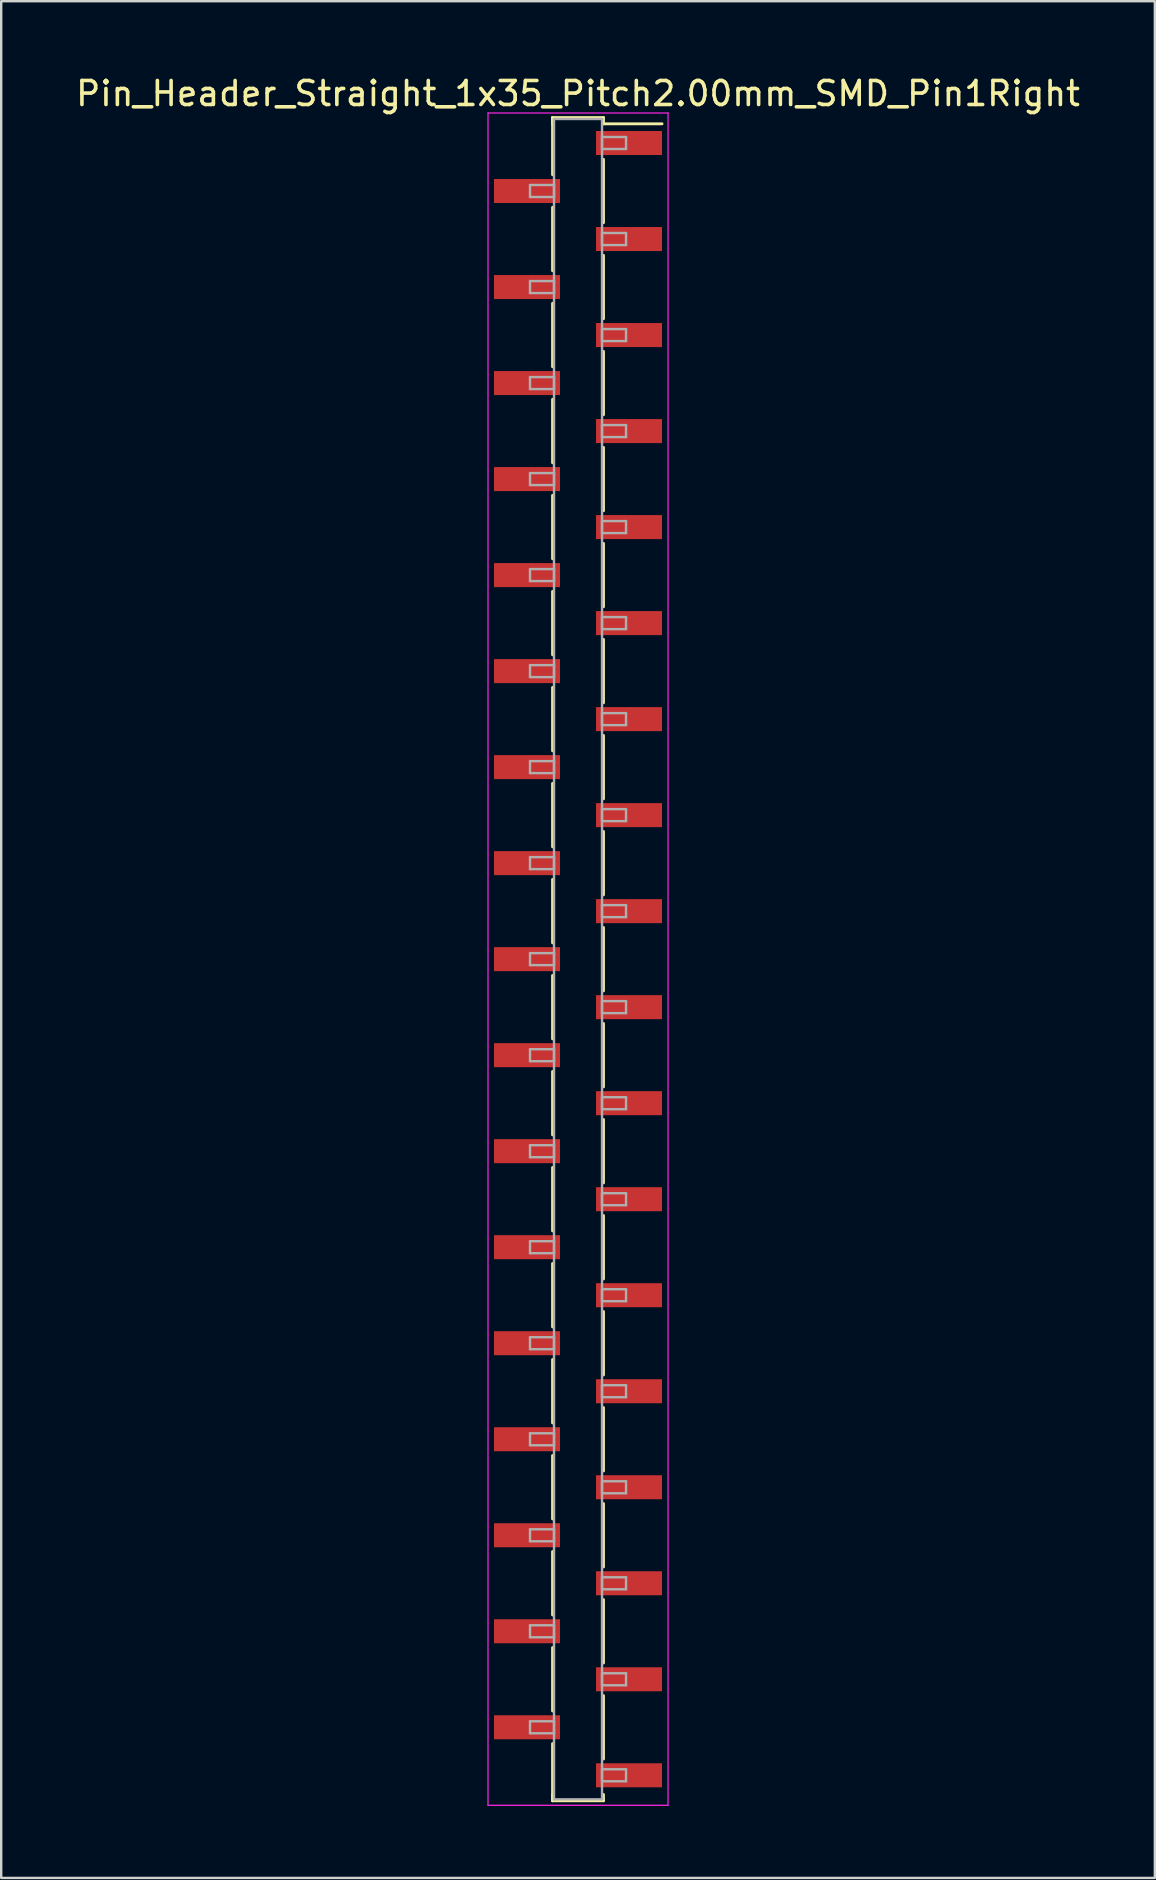
<source format=kicad_pcb>
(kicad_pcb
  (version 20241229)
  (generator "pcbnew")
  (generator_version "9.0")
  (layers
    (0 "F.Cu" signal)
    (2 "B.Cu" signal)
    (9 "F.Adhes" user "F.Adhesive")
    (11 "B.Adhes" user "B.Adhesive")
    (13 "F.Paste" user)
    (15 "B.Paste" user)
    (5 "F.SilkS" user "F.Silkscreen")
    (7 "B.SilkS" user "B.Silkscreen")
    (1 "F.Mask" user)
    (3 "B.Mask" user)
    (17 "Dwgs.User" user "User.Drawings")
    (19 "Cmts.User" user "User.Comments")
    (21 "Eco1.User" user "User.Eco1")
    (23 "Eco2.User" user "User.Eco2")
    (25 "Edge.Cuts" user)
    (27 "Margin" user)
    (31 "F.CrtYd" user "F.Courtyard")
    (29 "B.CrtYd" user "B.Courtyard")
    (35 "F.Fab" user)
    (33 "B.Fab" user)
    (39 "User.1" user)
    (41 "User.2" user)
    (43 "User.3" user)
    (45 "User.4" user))
  (footprint "Pin_Header_Straight_1x35_Pitch2.00mm_SMD_Pin1Right"
    (layer "F.Cu")
    (at 21.03 36.908)
    (property "Reference" "Pin_Header_Straight_1x35_Pitch2.00mm_SMD_Pin1Right" (at 0 -36.06 0) (layer "F.SilkS") (effects (font (size 1 1) (thickness 0.15))))
    (attr smd)
    (fp_line (start -1.06 -35.06) (end -1.06 -32.68) (stroke (width 0.12) (type solid)) (layer "F.SilkS"))
    (fp_line (start -1.06 -35.06) (end 1.06 -35.06) (stroke (width 0.12) (type solid)) (layer "F.SilkS"))
    (fp_line (start -1.06 -34.8) (end -1.06 -35.06) (stroke (width 0.12) (type solid)) (layer "F.SilkS"))
    (fp_line (start -1.06 -31.32) (end -1.06 -28.68) (stroke (width 0.12) (type solid)) (layer "F.SilkS"))
    (fp_line (start -1.06 -27.32) (end -1.06 -24.68) (stroke (width 0.12) (type solid)) (layer "F.SilkS"))
    (fp_line (start -1.06 -23.32) (end -1.06 -20.68) (stroke (width 0.12) (type solid)) (layer "F.SilkS"))
    (fp_line (start -1.06 -19.32) (end -1.06 -16.68) (stroke (width 0.12) (type solid)) (layer "F.SilkS"))
    (fp_line (start -1.06 -15.32) (end -1.06 -12.68) (stroke (width 0.12) (type solid)) (layer "F.SilkS"))
    (fp_line (start -1.06 -11.32) (end -1.06 -8.68) (stroke (width 0.12) (type solid)) (layer "F.SilkS"))
    (fp_line (start -1.06 -7.32) (end -1.06 -4.68) (stroke (width 0.12) (type solid)) (layer "F.SilkS"))
    (fp_line (start -1.06 -3.32) (end -1.06 -0.68) (stroke (width 0.12) (type solid)) (layer "F.SilkS"))
    (fp_line (start -1.06 0.68) (end -1.06 3.32) (stroke (width 0.12) (type solid)) (layer "F.SilkS"))
    (fp_line (start -1.06 4.68) (end -1.06 7.32) (stroke (width 0.12) (type solid)) (layer "F.SilkS"))
    (fp_line (start -1.06 8.68) (end -1.06 11.32) (stroke (width 0.12) (type solid)) (layer "F.SilkS"))
    (fp_line (start -1.06 12.68) (end -1.06 15.32) (stroke (width 0.12) (type solid)) (layer "F.SilkS"))
    (fp_line (start -1.06 16.68) (end -1.06 19.32) (stroke (width 0.12) (type solid)) (layer "F.SilkS"))
    (fp_line (start -1.06 20.68) (end -1.06 23.32) (stroke (width 0.12) (type solid)) (layer "F.SilkS"))
    (fp_line (start -1.06 24.68) (end -1.06 27.32) (stroke (width 0.12) (type solid)) (layer "F.SilkS"))
    (fp_line (start -1.06 28.68) (end -1.06 31.32) (stroke (width 0.12) (type solid)) (layer "F.SilkS"))
    (fp_line (start -1.06 32.68) (end -1.06 35.06) (stroke (width 0.12) (type solid)) (layer "F.SilkS"))
    (fp_line (start -1.06 34.8) (end -1.06 35.06) (stroke (width 0.12) (type solid)) (layer "F.SilkS"))
    (fp_line (start -1.06 35.06) (end 1.06 35.06) (stroke (width 0.12) (type solid)) (layer "F.SilkS"))
    (fp_line (start 1.06 -35.06) (end 1.06 -34.8) (stroke (width 0.12) (type solid)) (layer "F.SilkS"))
    (fp_line (start 1.06 -34.8) (end 3.5 -34.8) (stroke (width 0.12) (type solid)) (layer "F.SilkS"))
    (fp_line (start 1.06 -33.32) (end 1.06 -30.68) (stroke (width 0.12) (type solid)) (layer "F.SilkS"))
    (fp_line (start 1.06 -29.32) (end 1.06 -26.68) (stroke (width 0.12) (type solid)) (layer "F.SilkS"))
    (fp_line (start 1.06 -25.32) (end 1.06 -22.68) (stroke (width 0.12) (type solid)) (layer "F.SilkS"))
    (fp_line (start 1.06 -21.32) (end 1.06 -18.68) (stroke (width 0.12) (type solid)) (layer "F.SilkS"))
    (fp_line (start 1.06 -17.32) (end 1.06 -14.68) (stroke (width 0.12) (type solid)) (layer "F.SilkS"))
    (fp_line (start 1.06 -13.32) (end 1.06 -10.68) (stroke (width 0.12) (type solid)) (layer "F.SilkS"))
    (fp_line (start 1.06 -9.32) (end 1.06 -6.68) (stroke (width 0.12) (type solid)) (layer "F.SilkS"))
    (fp_line (start 1.06 -5.32) (end 1.06 -2.68) (stroke (width 0.12) (type solid)) (layer "F.SilkS"))
    (fp_line (start 1.06 -1.32) (end 1.06 1.32) (stroke (width 0.12) (type solid)) (layer "F.SilkS"))
    (fp_line (start 1.06 2.68) (end 1.06 5.32) (stroke (width 0.12) (type solid)) (layer "F.SilkS"))
    (fp_line (start 1.06 6.68) (end 1.06 9.32) (stroke (width 0.12) (type solid)) (layer "F.SilkS"))
    (fp_line (start 1.06 10.68) (end 1.06 13.32) (stroke (width 0.12) (type solid)) (layer "F.SilkS"))
    (fp_line (start 1.06 14.68) (end 1.06 17.32) (stroke (width 0.12) (type solid)) (layer "F.SilkS"))
    (fp_line (start 1.06 18.68) (end 1.06 21.32) (stroke (width 0.12) (type solid)) (layer "F.SilkS"))
    (fp_line (start 1.06 22.68) (end 1.06 25.32) (stroke (width 0.12) (type solid)) (layer "F.SilkS"))
    (fp_line (start 1.06 26.68) (end 1.06 29.32) (stroke (width 0.12) (type solid)) (layer "F.SilkS"))
    (fp_line (start 1.06 30.68) (end 1.06 33.32) (stroke (width 0.12) (type solid)) (layer "F.SilkS"))
    (fp_line (start 1.06 35.06) (end 1.06 34.8) (stroke (width 0.12) (type solid)) (layer "F.SilkS"))
    (fp_line (start -3.75 -35.25) (end -3.75 35.25) (stroke (width 0.05) (type solid)) (layer "F.CrtYd"))
    (fp_line (start -3.75 35.25) (end 3.75 35.25) (stroke (width 0.05) (type solid)) (layer "F.CrtYd"))
    (fp_line (start 3.75 -35.25) (end -3.75 -35.25) (stroke (width 0.05) (type solid)) (layer "F.CrtYd"))
    (fp_line (start 3.75 35.25) (end 3.75 -35.25) (stroke (width 0.05) (type solid)) (layer "F.CrtYd"))
    (fp_line (start -2 -32.25) (end -1 -32.25) (stroke (width 0.1) (type solid)) (layer "F.Fab"))
    (fp_line (start -2 -31.75) (end -2 -32.25) (stroke (width 0.1) (type solid)) (layer "F.Fab"))
    (fp_line (start -2 -28.25) (end -1 -28.25) (stroke (width 0.1) (type solid)) (layer "F.Fab"))
    (fp_line (start -2 -27.75) (end -2 -28.25) (stroke (width 0.1) (type solid)) (layer "F.Fab"))
    (fp_line (start -2 -24.25) (end -1 -24.25) (stroke (width 0.1) (type solid)) (layer "F.Fab"))
    (fp_line (start -2 -23.75) (end -2 -24.25) (stroke (width 0.1) (type solid)) (layer "F.Fab"))
    (fp_line (start -2 -20.25) (end -1 -20.25) (stroke (width 0.1) (type solid)) (layer "F.Fab"))
    (fp_line (start -2 -19.75) (end -2 -20.25) (stroke (width 0.1) (type solid)) (layer "F.Fab"))
    (fp_line (start -2 -16.25) (end -1 -16.25) (stroke (width 0.1) (type solid)) (layer "F.Fab"))
    (fp_line (start -2 -15.75) (end -2 -16.25) (stroke (width 0.1) (type solid)) (layer "F.Fab"))
    (fp_line (start -2 -12.25) (end -1 -12.25) (stroke (width 0.1) (type solid)) (layer "F.Fab"))
    (fp_line (start -2 -11.75) (end -2 -12.25) (stroke (width 0.1) (type solid)) (layer "F.Fab"))
    (fp_line (start -2 -8.25) (end -1 -8.25) (stroke (width 0.1) (type solid)) (layer "F.Fab"))
    (fp_line (start -2 -7.75) (end -2 -8.25) (stroke (width 0.1) (type solid)) (layer "F.Fab"))
    (fp_line (start -2 -4.25) (end -1 -4.25) (stroke (width 0.1) (type solid)) (layer "F.Fab"))
    (fp_line (start -2 -3.75) (end -2 -4.25) (stroke (width 0.1) (type solid)) (layer "F.Fab"))
    (fp_line (start -2 -0.25) (end -1 -0.25) (stroke (width 0.1) (type solid)) (layer "F.Fab"))
    (fp_line (start -2 0.25) (end -2 -0.25) (stroke (width 0.1) (type solid)) (layer "F.Fab"))
    (fp_line (start -2 3.75) (end -1 3.75) (stroke (width 0.1) (type solid)) (layer "F.Fab"))
    (fp_line (start -2 4.25) (end -2 3.75) (stroke (width 0.1) (type solid)) (layer "F.Fab"))
    (fp_line (start -2 7.75) (end -1 7.75) (stroke (width 0.1) (type solid)) (layer "F.Fab"))
    (fp_line (start -2 8.25) (end -2 7.75) (stroke (width 0.1) (type solid)) (layer "F.Fab"))
    (fp_line (start -2 11.75) (end -1 11.75) (stroke (width 0.1) (type solid)) (layer "F.Fab"))
    (fp_line (start -2 12.25) (end -2 11.75) (stroke (width 0.1) (type solid)) (layer "F.Fab"))
    (fp_line (start -2 15.75) (end -1 15.75) (stroke (width 0.1) (type solid)) (layer "F.Fab"))
    (fp_line (start -2 16.25) (end -2 15.75) (stroke (width 0.1) (type solid)) (layer "F.Fab"))
    (fp_line (start -2 19.75) (end -1 19.75) (stroke (width 0.1) (type solid)) (layer "F.Fab"))
    (fp_line (start -2 20.25) (end -2 19.75) (stroke (width 0.1) (type solid)) (layer "F.Fab"))
    (fp_line (start -2 23.75) (end -1 23.75) (stroke (width 0.1) (type solid)) (layer "F.Fab"))
    (fp_line (start -2 24.25) (end -2 23.75) (stroke (width 0.1) (type solid)) (layer "F.Fab"))
    (fp_line (start -2 27.75) (end -1 27.75) (stroke (width 0.1) (type solid)) (layer "F.Fab"))
    (fp_line (start -2 28.25) (end -2 27.75) (stroke (width 0.1) (type solid)) (layer "F.Fab"))
    (fp_line (start -2 31.75) (end -1 31.75) (stroke (width 0.1) (type solid)) (layer "F.Fab"))
    (fp_line (start -2 32.25) (end -2 31.75) (stroke (width 0.1) (type solid)) (layer "F.Fab"))
    (fp_line (start -1 -35) (end -1 35) (stroke (width 0.1) (type solid)) (layer "F.Fab"))
    (fp_line (start -1 -32.25) (end -1 -31.75) (stroke (width 0.1) (type solid)) (layer "F.Fab"))
    (fp_line (start -1 -31.75) (end -2 -31.75) (stroke (width 0.1) (type solid)) (layer "F.Fab"))
    (fp_line (start -1 -28.25) (end -1 -27.75) (stroke (width 0.1) (type solid)) (layer "F.Fab"))
    (fp_line (start -1 -27.75) (end -2 -27.75) (stroke (width 0.1) (type solid)) (layer "F.Fab"))
    (fp_line (start -1 -24.25) (end -1 -23.75) (stroke (width 0.1) (type solid)) (layer "F.Fab"))
    (fp_line (start -1 -23.75) (end -2 -23.75) (stroke (width 0.1) (type solid)) (layer "F.Fab"))
    (fp_line (start -1 -20.25) (end -1 -19.75) (stroke (width 0.1) (type solid)) (layer "F.Fab"))
    (fp_line (start -1 -19.75) (end -2 -19.75) (stroke (width 0.1) (type solid)) (layer "F.Fab"))
    (fp_line (start -1 -16.25) (end -1 -15.75) (stroke (width 0.1) (type solid)) (layer "F.Fab"))
    (fp_line (start -1 -15.75) (end -2 -15.75) (stroke (width 0.1) (type solid)) (layer "F.Fab"))
    (fp_line (start -1 -12.25) (end -1 -11.75) (stroke (width 0.1) (type solid)) (layer "F.Fab"))
    (fp_line (start -1 -11.75) (end -2 -11.75) (stroke (width 0.1) (type solid)) (layer "F.Fab"))
    (fp_line (start -1 -8.25) (end -1 -7.75) (stroke (width 0.1) (type solid)) (layer "F.Fab"))
    (fp_line (start -1 -7.75) (end -2 -7.75) (stroke (width 0.1) (type solid)) (layer "F.Fab"))
    (fp_line (start -1 -4.25) (end -1 -3.75) (stroke (width 0.1) (type solid)) (layer "F.Fab"))
    (fp_line (start -1 -3.75) (end -2 -3.75) (stroke (width 0.1) (type solid)) (layer "F.Fab"))
    (fp_line (start -1 -0.25) (end -1 0.25) (stroke (width 0.1) (type solid)) (layer "F.Fab"))
    (fp_line (start -1 0.25) (end -2 0.25) (stroke (width 0.1) (type solid)) (layer "F.Fab"))
    (fp_line (start -1 3.75) (end -1 4.25) (stroke (width 0.1) (type solid)) (layer "F.Fab"))
    (fp_line (start -1 4.25) (end -2 4.25) (stroke (width 0.1) (type solid)) (layer "F.Fab"))
    (fp_line (start -1 7.75) (end -1 8.25) (stroke (width 0.1) (type solid)) (layer "F.Fab"))
    (fp_line (start -1 8.25) (end -2 8.25) (stroke (width 0.1) (type solid)) (layer "F.Fab"))
    (fp_line (start -1 11.75) (end -1 12.25) (stroke (width 0.1) (type solid)) (layer "F.Fab"))
    (fp_line (start -1 12.25) (end -2 12.25) (stroke (width 0.1) (type solid)) (layer "F.Fab"))
    (fp_line (start -1 15.75) (end -1 16.25) (stroke (width 0.1) (type solid)) (layer "F.Fab"))
    (fp_line (start -1 16.25) (end -2 16.25) (stroke (width 0.1) (type solid)) (layer "F.Fab"))
    (fp_line (start -1 19.75) (end -1 20.25) (stroke (width 0.1) (type solid)) (layer "F.Fab"))
    (fp_line (start -1 20.25) (end -2 20.25) (stroke (width 0.1) (type solid)) (layer "F.Fab"))
    (fp_line (start -1 23.75) (end -1 24.25) (stroke (width 0.1) (type solid)) (layer "F.Fab"))
    (fp_line (start -1 24.25) (end -2 24.25) (stroke (width 0.1) (type solid)) (layer "F.Fab"))
    (fp_line (start -1 27.75) (end -1 28.25) (stroke (width 0.1) (type solid)) (layer "F.Fab"))
    (fp_line (start -1 28.25) (end -2 28.25) (stroke (width 0.1) (type solid)) (layer "F.Fab"))
    (fp_line (start -1 31.75) (end -1 32.25) (stroke (width 0.1) (type solid)) (layer "F.Fab"))
    (fp_line (start -1 32.25) (end -2 32.25) (stroke (width 0.1) (type solid)) (layer "F.Fab"))
    (fp_line (start -1 35) (end 1 35) (stroke (width 0.1) (type solid)) (layer "F.Fab"))
    (fp_line (start 1 -35) (end -1 -35) (stroke (width 0.1) (type solid)) (layer "F.Fab"))
    (fp_line (start 1 -34.25) (end 1 -33.75) (stroke (width 0.1) (type solid)) (layer "F.Fab"))
    (fp_line (start 1 -33.75) (end 2 -33.75) (stroke (width 0.1) (type solid)) (layer "F.Fab"))
    (fp_line (start 1 -30.25) (end 1 -29.75) (stroke (width 0.1) (type solid)) (layer "F.Fab"))
    (fp_line (start 1 -29.75) (end 2 -29.75) (stroke (width 0.1) (type solid)) (layer "F.Fab"))
    (fp_line (start 1 -26.25) (end 1 -25.75) (stroke (width 0.1) (type solid)) (layer "F.Fab"))
    (fp_line (start 1 -25.75) (end 2 -25.75) (stroke (width 0.1) (type solid)) (layer "F.Fab"))
    (fp_line (start 1 -22.25) (end 1 -21.75) (stroke (width 0.1) (type solid)) (layer "F.Fab"))
    (fp_line (start 1 -21.75) (end 2 -21.75) (stroke (width 0.1) (type solid)) (layer "F.Fab"))
    (fp_line (start 1 -18.25) (end 1 -17.75) (stroke (width 0.1) (type solid)) (layer "F.Fab"))
    (fp_line (start 1 -17.75) (end 2 -17.75) (stroke (width 0.1) (type solid)) (layer "F.Fab"))
    (fp_line (start 1 -14.25) (end 1 -13.75) (stroke (width 0.1) (type solid)) (layer "F.Fab"))
    (fp_line (start 1 -13.75) (end 2 -13.75) (stroke (width 0.1) (type solid)) (layer "F.Fab"))
    (fp_line (start 1 -10.25) (end 1 -9.75) (stroke (width 0.1) (type solid)) (layer "F.Fab"))
    (fp_line (start 1 -9.75) (end 2 -9.75) (stroke (width 0.1) (type solid)) (layer "F.Fab"))
    (fp_line (start 1 -6.25) (end 1 -5.75) (stroke (width 0.1) (type solid)) (layer "F.Fab"))
    (fp_line (start 1 -5.75) (end 2 -5.75) (stroke (width 0.1) (type solid)) (layer "F.Fab"))
    (fp_line (start 1 -2.25) (end 1 -1.75) (stroke (width 0.1) (type solid)) (layer "F.Fab"))
    (fp_line (start 1 -1.75) (end 2 -1.75) (stroke (width 0.1) (type solid)) (layer "F.Fab"))
    (fp_line (start 1 1.75) (end 1 2.25) (stroke (width 0.1) (type solid)) (layer "F.Fab"))
    (fp_line (start 1 2.25) (end 2 2.25) (stroke (width 0.1) (type solid)) (layer "F.Fab"))
    (fp_line (start 1 5.75) (end 1 6.25) (stroke (width 0.1) (type solid)) (layer "F.Fab"))
    (fp_line (start 1 6.25) (end 2 6.25) (stroke (width 0.1) (type solid)) (layer "F.Fab"))
    (fp_line (start 1 9.75) (end 1 10.25) (stroke (width 0.1) (type solid)) (layer "F.Fab"))
    (fp_line (start 1 10.25) (end 2 10.25) (stroke (width 0.1) (type solid)) (layer "F.Fab"))
    (fp_line (start 1 13.75) (end 1 14.25) (stroke (width 0.1) (type solid)) (layer "F.Fab"))
    (fp_line (start 1 14.25) (end 2 14.25) (stroke (width 0.1) (type solid)) (layer "F.Fab"))
    (fp_line (start 1 17.75) (end 1 18.25) (stroke (width 0.1) (type solid)) (layer "F.Fab"))
    (fp_line (start 1 18.25) (end 2 18.25) (stroke (width 0.1) (type solid)) (layer "F.Fab"))
    (fp_line (start 1 21.75) (end 1 22.25) (stroke (width 0.1) (type solid)) (layer "F.Fab"))
    (fp_line (start 1 22.25) (end 2 22.25) (stroke (width 0.1) (type solid)) (layer "F.Fab"))
    (fp_line (start 1 25.75) (end 1 26.25) (stroke (width 0.1) (type solid)) (layer "F.Fab"))
    (fp_line (start 1 26.25) (end 2 26.25) (stroke (width 0.1) (type solid)) (layer "F.Fab"))
    (fp_line (start 1 29.75) (end 1 30.25) (stroke (width 0.1) (type solid)) (layer "F.Fab"))
    (fp_line (start 1 30.25) (end 2 30.25) (stroke (width 0.1) (type solid)) (layer "F.Fab"))
    (fp_line (start 1 33.75) (end 1 34.25) (stroke (width 0.1) (type solid)) (layer "F.Fab"))
    (fp_line (start 1 34.25) (end 2 34.25) (stroke (width 0.1) (type solid)) (layer "F.Fab"))
    (fp_line (start 1 35) (end 1 -35) (stroke (width 0.1) (type solid)) (layer "F.Fab"))
    (fp_line (start 2 -34.25) (end 1 -34.25) (stroke (width 0.1) (type solid)) (layer "F.Fab"))
    (fp_line (start 2 -33.75) (end 2 -34.25) (stroke (width 0.1) (type solid)) (layer "F.Fab"))
    (fp_line (start 2 -30.25) (end 1 -30.25) (stroke (width 0.1) (type solid)) (layer "F.Fab"))
    (fp_line (start 2 -29.75) (end 2 -30.25) (stroke (width 0.1) (type solid)) (layer "F.Fab"))
    (fp_line (start 2 -26.25) (end 1 -26.25) (stroke (width 0.1) (type solid)) (layer "F.Fab"))
    (fp_line (start 2 -25.75) (end 2 -26.25) (stroke (width 0.1) (type solid)) (layer "F.Fab"))
    (fp_line (start 2 -22.25) (end 1 -22.25) (stroke (width 0.1) (type solid)) (layer "F.Fab"))
    (fp_line (start 2 -21.75) (end 2 -22.25) (stroke (width 0.1) (type solid)) (layer "F.Fab"))
    (fp_line (start 2 -18.25) (end 1 -18.25) (stroke (width 0.1) (type solid)) (layer "F.Fab"))
    (fp_line (start 2 -17.75) (end 2 -18.25) (stroke (width 0.1) (type solid)) (layer "F.Fab"))
    (fp_line (start 2 -14.25) (end 1 -14.25) (stroke (width 0.1) (type solid)) (layer "F.Fab"))
    (fp_line (start 2 -13.75) (end 2 -14.25) (stroke (width 0.1) (type solid)) (layer "F.Fab"))
    (fp_line (start 2 -10.25) (end 1 -10.25) (stroke (width 0.1) (type solid)) (layer "F.Fab"))
    (fp_line (start 2 -9.75) (end 2 -10.25) (stroke (width 0.1) (type solid)) (layer "F.Fab"))
    (fp_line (start 2 -6.25) (end 1 -6.25) (stroke (width 0.1) (type solid)) (layer "F.Fab"))
    (fp_line (start 2 -5.75) (end 2 -6.25) (stroke (width 0.1) (type solid)) (layer "F.Fab"))
    (fp_line (start 2 -2.25) (end 1 -2.25) (stroke (width 0.1) (type solid)) (layer "F.Fab"))
    (fp_line (start 2 -1.75) (end 2 -2.25) (stroke (width 0.1) (type solid)) (layer "F.Fab"))
    (fp_line (start 2 1.75) (end 1 1.75) (stroke (width 0.1) (type solid)) (layer "F.Fab"))
    (fp_line (start 2 2.25) (end 2 1.75) (stroke (width 0.1) (type solid)) (layer "F.Fab"))
    (fp_line (start 2 5.75) (end 1 5.75) (stroke (width 0.1) (type solid)) (layer "F.Fab"))
    (fp_line (start 2 6.25) (end 2 5.75) (stroke (width 0.1) (type solid)) (layer "F.Fab"))
    (fp_line (start 2 9.75) (end 1 9.75) (stroke (width 0.1) (type solid)) (layer "F.Fab"))
    (fp_line (start 2 10.25) (end 2 9.75) (stroke (width 0.1) (type solid)) (layer "F.Fab"))
    (fp_line (start 2 13.75) (end 1 13.75) (stroke (width 0.1) (type solid)) (layer "F.Fab"))
    (fp_line (start 2 14.25) (end 2 13.75) (stroke (width 0.1) (type solid)) (layer "F.Fab"))
    (fp_line (start 2 17.75) (end 1 17.75) (stroke (width 0.1) (type solid)) (layer "F.Fab"))
    (fp_line (start 2 18.25) (end 2 17.75) (stroke (width 0.1) (type solid)) (layer "F.Fab"))
    (fp_line (start 2 21.75) (end 1 21.75) (stroke (width 0.1) (type solid)) (layer "F.Fab"))
    (fp_line (start 2 22.25) (end 2 21.75) (stroke (width 0.1) (type solid)) (layer "F.Fab"))
    (fp_line (start 2 25.75) (end 1 25.75) (stroke (width 0.1) (type solid)) (layer "F.Fab"))
    (fp_line (start 2 26.25) (end 2 25.75) (stroke (width 0.1) (type solid)) (layer "F.Fab"))
    (fp_line (start 2 29.75) (end 1 29.75) (stroke (width 0.1) (type solid)) (layer "F.Fab"))
    (fp_line (start 2 30.25) (end 2 29.75) (stroke (width 0.1) (type solid)) (layer "F.Fab"))
    (fp_line (start 2 33.75) (end 1 33.75) (stroke (width 0.1) (type solid)) (layer "F.Fab"))
    (fp_line (start 2 34.25) (end 2 33.75) (stroke (width 0.1) (type solid)) (layer "F.Fab"))
    (pad "1" smd rect (at 2.125 -34) (size 2.75 1) (layers "F.Cu" "F.Mask"))
    (pad "2" smd rect (at -2.125 -32) (size 2.75 1) (layers "F.Cu" "F.Mask"))
    (pad "3" smd rect (at 2.125 -30) (size 2.75 1) (layers "F.Cu" "F.Mask"))
    (pad "4" smd rect (at -2.125 -28) (size 2.75 1) (layers "F.Cu" "F.Mask"))
    (pad "5" smd rect (at 2.125 -26) (size 2.75 1) (layers "F.Cu" "F.Mask"))
    (pad "6" smd rect (at -2.125 -24) (size 2.75 1) (layers "F.Cu" "F.Mask"))
    (pad "7" smd rect (at 2.125 -22) (size 2.75 1) (layers "F.Cu" "F.Mask"))
    (pad "8" smd rect (at -2.125 -20) (size 2.75 1) (layers "F.Cu" "F.Mask"))
    (pad "9" smd rect (at 2.125 -18) (size 2.75 1) (layers "F.Cu" "F.Mask"))
    (pad "10" smd rect (at -2.125 -16) (size 2.75 1) (layers "F.Cu" "F.Mask"))
    (pad "11" smd rect (at 2.125 -14) (size 2.75 1) (layers "F.Cu" "F.Mask"))
    (pad "12" smd rect (at -2.125 -12) (size 2.75 1) (layers "F.Cu" "F.Mask"))
    (pad "13" smd rect (at 2.125 -10) (size 2.75 1) (layers "F.Cu" "F.Mask"))
    (pad "14" smd rect (at -2.125 -8) (size 2.75 1) (layers "F.Cu" "F.Mask"))
    (pad "15" smd rect (at 2.125 -6) (size 2.75 1) (layers "F.Cu" "F.Mask"))
    (pad "16" smd rect (at -2.125 -4) (size 2.75 1) (layers "F.Cu" "F.Mask"))
    (pad "17" smd rect (at 2.125 -2) (size 2.75 1) (layers "F.Cu" "F.Mask"))
    (pad "18" smd rect (at -2.125 0) (size 2.75 1) (layers "F.Cu" "F.Mask"))
    (pad "19" smd rect (at 2.125 2) (size 2.75 1) (layers "F.Cu" "F.Mask"))
    (pad "20" smd rect (at -2.125 4) (size 2.75 1) (layers "F.Cu" "F.Mask"))
    (pad "21" smd rect (at 2.125 6) (size 2.75 1) (layers "F.Cu" "F.Mask"))
    (pad "22" smd rect (at -2.125 8) (size 2.75 1) (layers "F.Cu" "F.Mask"))
    (pad "23" smd rect (at 2.125 10) (size 2.75 1) (layers "F.Cu" "F.Mask"))
    (pad "24" smd rect (at -2.125 12) (size 2.75 1) (layers "F.Cu" "F.Mask"))
    (pad "25" smd rect (at 2.125 14) (size 2.75 1) (layers "F.Cu" "F.Mask"))
    (pad "26" smd rect (at -2.125 16) (size 2.75 1) (layers "F.Cu" "F.Mask"))
    (pad "27" smd rect (at 2.125 18) (size 2.75 1) (layers "F.Cu" "F.Mask"))
    (pad "28" smd rect (at -2.125 20) (size 2.75 1) (layers "F.Cu" "F.Mask"))
    (pad "29" smd rect (at 2.125 22) (size 2.75 1) (layers "F.Cu" "F.Mask"))
    (pad "30" smd rect (at -2.125 24) (size 2.75 1) (layers "F.Cu" "F.Mask"))
    (pad "31" smd rect (at 2.125 26) (size 2.75 1) (layers "F.Cu" "F.Mask"))
    (pad "32" smd rect (at -2.125 28) (size 2.75 1) (layers "F.Cu" "F.Mask"))
    (pad "33" smd rect (at 2.125 30) (size 2.75 1) (layers "F.Cu" "F.Mask"))
    (pad "34" smd rect (at -2.125 32) (size 2.75 1) (layers "F.Cu" "F.Mask"))
    (pad "35" smd rect (at 2.125 34) (size 2.75 1) (layers "F.Cu" "F.Mask")))
  (gr_rect
    (start -3 -3)
    (end 45.06 75.183)
    (stroke (width 0.1) (type default))
    (fill no)
    (layer "Edge.Cuts")))
</source>
